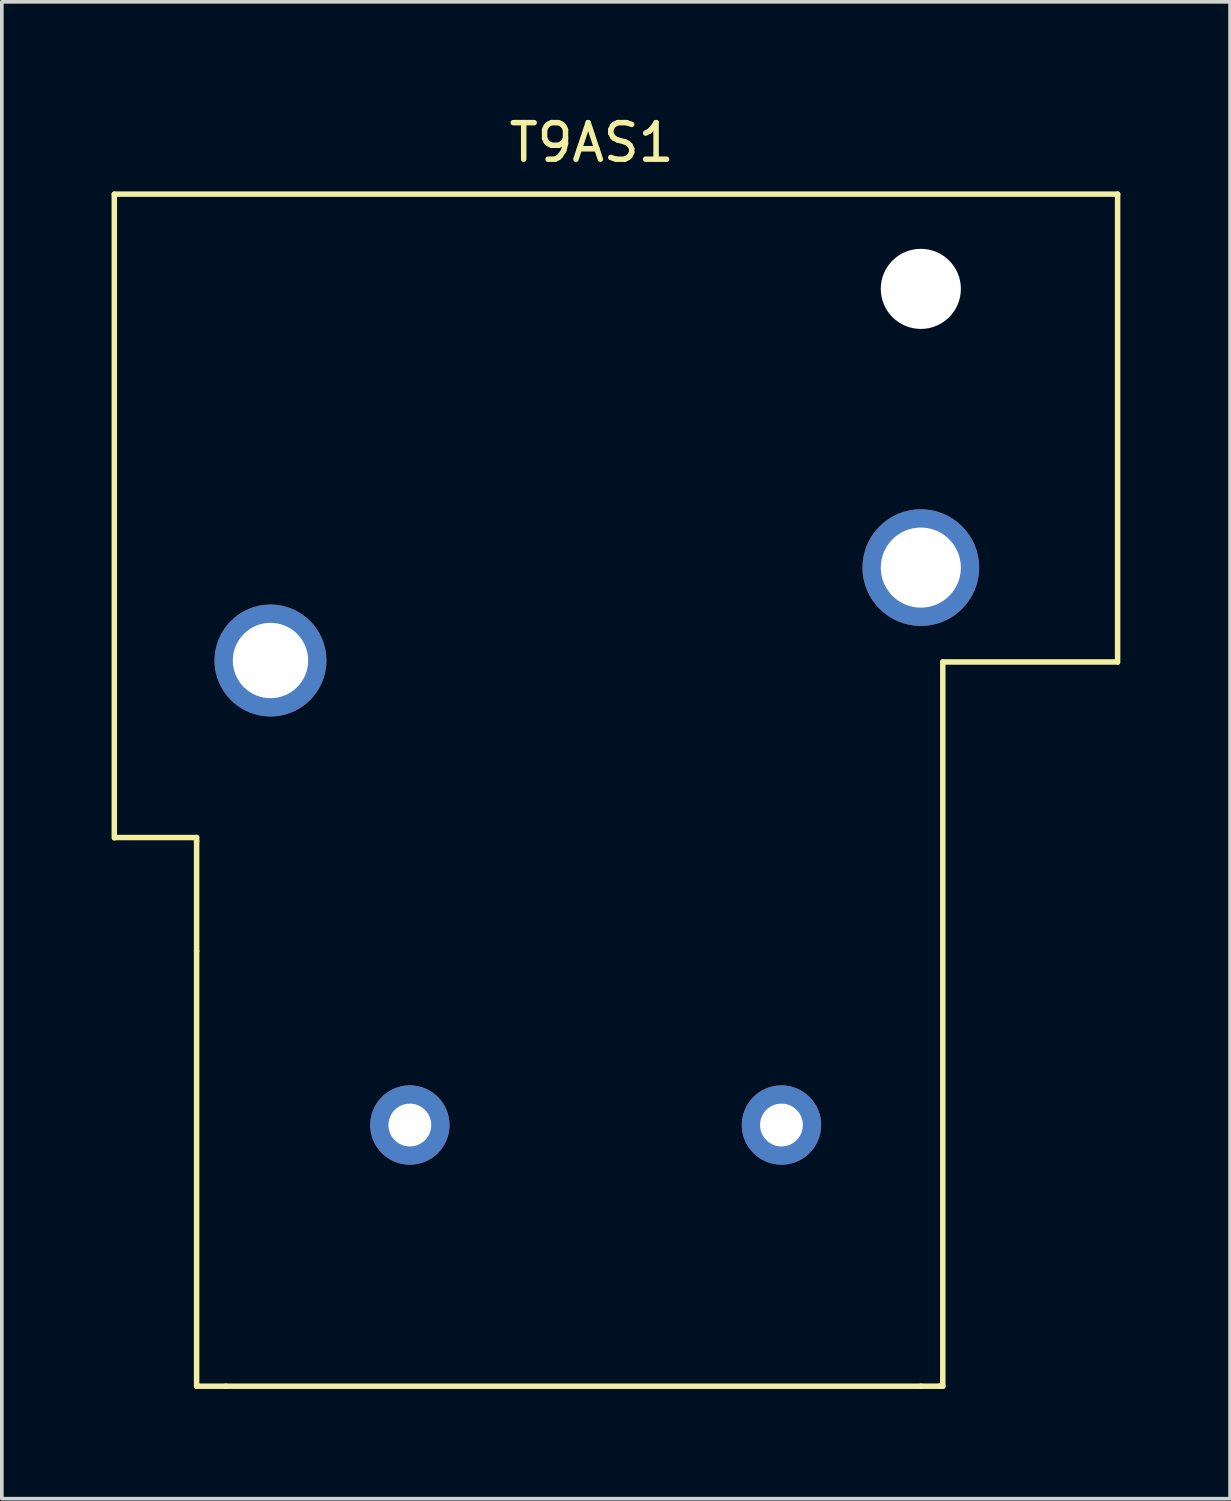
<source format=kicad_pcb>
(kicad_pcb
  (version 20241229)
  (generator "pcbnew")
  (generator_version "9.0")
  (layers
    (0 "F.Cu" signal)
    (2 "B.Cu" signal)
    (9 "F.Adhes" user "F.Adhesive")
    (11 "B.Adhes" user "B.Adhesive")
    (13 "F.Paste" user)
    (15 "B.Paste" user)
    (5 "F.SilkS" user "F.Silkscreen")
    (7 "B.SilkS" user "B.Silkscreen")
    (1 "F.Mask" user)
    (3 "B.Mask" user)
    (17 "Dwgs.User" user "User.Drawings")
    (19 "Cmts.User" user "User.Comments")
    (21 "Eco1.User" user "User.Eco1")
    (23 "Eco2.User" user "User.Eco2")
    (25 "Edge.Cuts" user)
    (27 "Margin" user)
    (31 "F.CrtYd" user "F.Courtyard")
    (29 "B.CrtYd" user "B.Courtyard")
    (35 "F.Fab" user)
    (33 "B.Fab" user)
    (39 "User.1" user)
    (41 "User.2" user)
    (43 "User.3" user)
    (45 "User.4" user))
  (footprint "T9AS1"
    (layer "F.Cu")
    (at 22.125 4.848)
    (property "Reference" "T9AS1" (at -9 -4 0) (layer "F.SilkS") (effects (font (size 1 1) (thickness 0.15))))
    (attr through_hole)
    (fp_line (start -22.05 -2.59) (end -22.05 15.01) (stroke (width 0.15) (type solid)) (layer "F.SilkS"))
    (fp_line (start -22 15) (end -19.8 15) (stroke (width 0.15) (type solid)) (layer "F.SilkS"))
    (fp_line (start -19.8 15) (end -19.8 15.1) (stroke (width 0.15) (type solid)) (layer "F.SilkS"))
    (fp_line (start -19.8 15.1) (end -19.8 18.1) (stroke (width 0.15) (type solid)) (layer "F.SilkS"))
    (fp_line (start -19.8 18.1) (end -19.8 30) (stroke (width 0.15) (type solid)) (layer "F.SilkS"))
    (fp_line (start -19.8 30) (end -19 30) (stroke (width 0.15) (type solid)) (layer "F.SilkS"))
    (fp_line (start -19 30) (end 0 30) (stroke (width 0.15) (type solid)) (layer "F.SilkS"))
    (fp_line (start 0.5 30) (end 0 30) (stroke (width 0.15) (type solid)) (layer "F.SilkS"))
    (fp_line (start 0.6 10.2) (end 0.6 30) (stroke (width 0.15) (type solid)) (layer "F.SilkS"))
    (fp_line (start 0.6 30) (end 0.5 30) (stroke (width 0.15) (type solid)) (layer "F.SilkS"))
    (fp_line (start 5.3 10.2) (end 0.6 10.2) (stroke (width 0.15) (type solid)) (layer "F.SilkS"))
    (fp_line (start 5.38 -2.59) (end -22.05 -2.59) (stroke (width 0.15) (type solid)) (layer "F.SilkS"))
    (fp_line (start 5.38 -2.59) (end 5.38 10.21) (stroke (width 0.15) (type solid)) (layer "F.SilkS"))
    (pad "" np_thru_hole circle (at 0 0) (size 2.19 2.19) (drill 2.19) (layers "*.Cu" "*.Mask"))
    (pad "1" thru_hole circle (at -13.97 22.86) (size 2.17 2.17) (drill 1.17) (layers "*.Cu" "*.Mask"))
    (pad "2" thru_hole circle (at -3.81 22.86) (size 2.17 2.17) (drill 1.17) (layers "*.Cu" "*.Mask"))
    (pad "3" thru_hole circle (at 0 7.62) (size 3.19 3.19) (drill 2.19) (layers "*.Cu" "*.Mask"))
    (pad "4" thru_hole circle (at -17.78 10.16) (size 3.06 3.06) (drill 2.06) (layers "*.Cu" "*.Mask")))
  (gr_rect
    (start -3 -3)
    (end 30.58 37.923)
    (stroke (width 0.1) (type default))
    (fill no)
    (layer "Edge.Cuts")))
</source>
